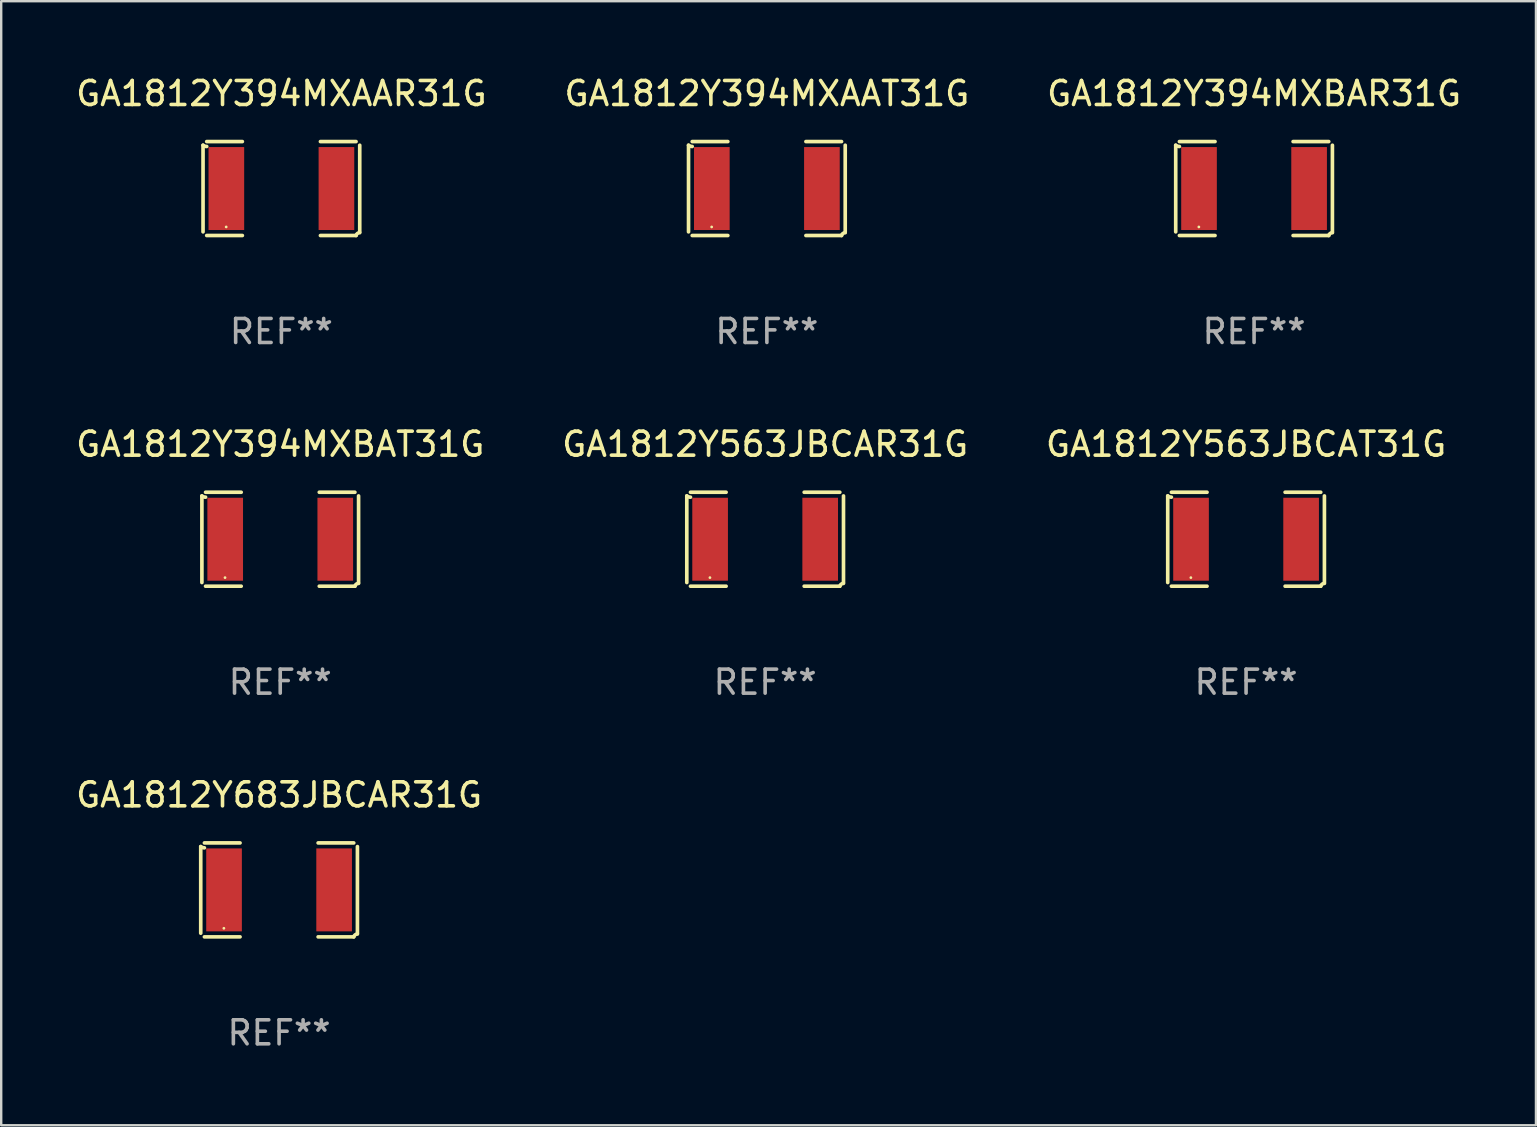
<source format=kicad_pcb>
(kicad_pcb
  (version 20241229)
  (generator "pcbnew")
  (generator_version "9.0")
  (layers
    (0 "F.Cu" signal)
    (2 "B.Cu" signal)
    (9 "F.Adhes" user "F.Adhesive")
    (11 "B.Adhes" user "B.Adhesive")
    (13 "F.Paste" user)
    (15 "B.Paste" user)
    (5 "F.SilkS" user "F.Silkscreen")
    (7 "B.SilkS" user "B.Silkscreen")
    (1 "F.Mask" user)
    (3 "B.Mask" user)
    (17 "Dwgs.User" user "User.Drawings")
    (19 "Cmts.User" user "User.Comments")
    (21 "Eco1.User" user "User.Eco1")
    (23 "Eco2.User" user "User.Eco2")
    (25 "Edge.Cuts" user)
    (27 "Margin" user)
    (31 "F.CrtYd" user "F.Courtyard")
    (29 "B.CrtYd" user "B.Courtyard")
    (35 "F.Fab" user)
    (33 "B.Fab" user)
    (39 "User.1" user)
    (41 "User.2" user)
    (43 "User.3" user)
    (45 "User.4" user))
  (footprint "GA1812Y563JBCAT31G"
    (layer "F.Cu")
    (at 48.863 19.415)
    (property "Reference" "GA1812Y563JBCAT31G" (at 0 -3.957 0) (layer "F.SilkS") (effects (font (size 1 1) (thickness 0.15))))
    (attr through_hole)
    (fp_line (start -3.264 1.804) (end -3.264 -1.804) (stroke (width 0.152) (type solid)) (layer "F.SilkS"))
    (fp_line (start -3.111 -1.957) (end -1.626 -1.957) (stroke (width 0.152) (type solid)) (layer "F.SilkS"))
    (fp_line (start -1.626 1.957) (end -3.111 1.957) (stroke (width 0.152) (type solid)) (layer "F.SilkS"))
    (fp_line (start 1.626 1.957) (end 3.111 1.957) (stroke (width 0.152) (type solid)) (layer "F.SilkS"))
    (fp_line (start 3.111 -1.957) (end 1.626 -1.957) (stroke (width 0.152) (type solid)) (layer "F.SilkS"))
    (fp_line (start 3.264 1.804) (end 3.264 -1.804) (stroke (width 0.152) (type solid)) (layer "F.SilkS"))
    (fp_arc (start -3.111202 -1.752192) (mid -3.191715 -1.76555) (end -3.263602 -1.804191) (stroke (width 0.1524) (type solid)) (layer "F.SilkS"))
    (fp_arc (start 3.111201 1.956591) (mid 3.167789 1.872777) (end 3.263602 1.840424) (stroke (width 0.1524) (type solid)) (layer "F.SilkS"))
    (fp_circle (center -2.3 1.6) (end -2.27 1.6) (stroke (width 0.06) (type solid)) (fill no) (layer "F.SilkS"))
    (fp_text user "REF**" (at 0 5.957 0) (layer "F.Fab") (effects (font (size 1 1) (thickness 0.15))))
    (pad "1" smd rect (at -2.293 0) (size 1.485 3.456) (layers "F.Cu" "F.Mask" "F.Paste"))
    (pad "2" smd rect (at 2.293 0) (size 1.485 3.456) (layers "F.Cu" "F.Mask" "F.Paste")))
  (footprint "GA1812Y394MXAAT31G"
    (layer "F.Cu")
    (at 28.899 4.805)
    (property "Reference" "GA1812Y394MXAAT31G" (at 0 -3.957 0) (layer "F.SilkS") (effects (font (size 1 1) (thickness 0.15))))
    (attr through_hole)
    (fp_line (start -3.264 1.804) (end -3.264 -1.804) (stroke (width 0.152) (type solid)) (layer "F.SilkS"))
    (fp_line (start -3.111 -1.957) (end -1.626 -1.957) (stroke (width 0.152) (type solid)) (layer "F.SilkS"))
    (fp_line (start -1.626 1.957) (end -3.111 1.957) (stroke (width 0.152) (type solid)) (layer "F.SilkS"))
    (fp_line (start 1.626 1.957) (end 3.111 1.957) (stroke (width 0.152) (type solid)) (layer "F.SilkS"))
    (fp_line (start 3.111 -1.957) (end 1.626 -1.957) (stroke (width 0.152) (type solid)) (layer "F.SilkS"))
    (fp_line (start 3.264 1.804) (end 3.264 -1.804) (stroke (width 0.152) (type solid)) (layer "F.SilkS"))
    (fp_arc (start -3.111202 -1.752192) (mid -3.191715 -1.76555) (end -3.263602 -1.804191) (stroke (width 0.1524) (type solid)) (layer "F.SilkS"))
    (fp_arc (start 3.111201 1.956591) (mid 3.167789 1.872777) (end 3.263602 1.840424) (stroke (width 0.1524) (type solid)) (layer "F.SilkS"))
    (fp_circle (center -2.3 1.6) (end -2.27 1.6) (stroke (width 0.06) (type solid)) (fill no) (layer "F.SilkS"))
    (fp_text user "REF**" (at 0 5.957 0) (layer "F.Fab") (effects (font (size 1 1) (thickness 0.15))))
    (pad "1" smd rect (at -2.293 0) (size 1.485 3.456) (layers "F.Cu" "F.Mask" "F.Paste"))
    (pad "2" smd rect (at 2.293 0) (size 1.485 3.456) (layers "F.Cu" "F.Mask" "F.Paste")))
  (footprint "GA1812Y394MXAAR31G"
    (layer "F.Cu")
    (at 8.673 4.805)
    (property "Reference" "GA1812Y394MXAAR31G" (at 0 -3.957 0) (layer "F.SilkS") (effects (font (size 1 1) (thickness 0.15))))
    (attr through_hole)
    (fp_line (start -3.264 1.804) (end -3.264 -1.804) (stroke (width 0.152) (type solid)) (layer "F.SilkS"))
    (fp_line (start -3.111 -1.957) (end -1.626 -1.957) (stroke (width 0.152) (type solid)) (layer "F.SilkS"))
    (fp_line (start -1.626 1.957) (end -3.111 1.957) (stroke (width 0.152) (type solid)) (layer "F.SilkS"))
    (fp_line (start 1.626 1.957) (end 3.111 1.957) (stroke (width 0.152) (type solid)) (layer "F.SilkS"))
    (fp_line (start 3.111 -1.957) (end 1.626 -1.957) (stroke (width 0.152) (type solid)) (layer "F.SilkS"))
    (fp_line (start 3.264 1.804) (end 3.264 -1.804) (stroke (width 0.152) (type solid)) (layer "F.SilkS"))
    (fp_arc (start -3.111202 -1.752192) (mid -3.191715 -1.76555) (end -3.263602 -1.804191) (stroke (width 0.1524) (type solid)) (layer "F.SilkS"))
    (fp_arc (start 3.111201 1.956591) (mid 3.167789 1.872777) (end 3.263602 1.840424) (stroke (width 0.1524) (type solid)) (layer "F.SilkS"))
    (fp_circle (center -2.3 1.6) (end -2.27 1.6) (stroke (width 0.06) (type solid)) (fill no) (layer "F.SilkS"))
    (fp_text user "REF**" (at 0 5.957 0) (layer "F.Fab") (effects (font (size 1 1) (thickness 0.15))))
    (pad "1" smd rect (at -2.293 0) (size 1.485 3.456) (layers "F.Cu" "F.Mask" "F.Paste"))
    (pad "2" smd rect (at 2.293 0) (size 1.485 3.456) (layers "F.Cu" "F.Mask" "F.Paste")))
  (footprint "GA1812Y394MXBAT31G"
    (layer "F.Cu")
    (at 8.625 19.415)
    (property "Reference" "GA1812Y394MXBAT31G" (at 0 -3.957 0) (layer "F.SilkS") (effects (font (size 1 1) (thickness 0.15))))
    (attr through_hole)
    (fp_line (start -3.264 1.804) (end -3.264 -1.804) (stroke (width 0.152) (type solid)) (layer "F.SilkS"))
    (fp_line (start -3.111 -1.957) (end -1.626 -1.957) (stroke (width 0.152) (type solid)) (layer "F.SilkS"))
    (fp_line (start -1.626 1.957) (end -3.111 1.957) (stroke (width 0.152) (type solid)) (layer "F.SilkS"))
    (fp_line (start 1.626 1.957) (end 3.111 1.957) (stroke (width 0.152) (type solid)) (layer "F.SilkS"))
    (fp_line (start 3.111 -1.957) (end 1.626 -1.957) (stroke (width 0.152) (type solid)) (layer "F.SilkS"))
    (fp_line (start 3.264 1.804) (end 3.264 -1.804) (stroke (width 0.152) (type solid)) (layer "F.SilkS"))
    (fp_arc (start -3.111202 -1.752192) (mid -3.191715 -1.76555) (end -3.263602 -1.804191) (stroke (width 0.1524) (type solid)) (layer "F.SilkS"))
    (fp_arc (start 3.111201 1.956591) (mid 3.167789 1.872777) (end 3.263602 1.840424) (stroke (width 0.1524) (type solid)) (layer "F.SilkS"))
    (fp_circle (center -2.3 1.6) (end -2.27 1.6) (stroke (width 0.06) (type solid)) (fill no) (layer "F.SilkS"))
    (fp_text user "REF**" (at 0 5.957 0) (layer "F.Fab") (effects (font (size 1 1) (thickness 0.15))))
    (pad "1" smd rect (at -2.293 0) (size 1.485 3.456) (layers "F.Cu" "F.Mask" "F.Paste"))
    (pad "2" smd rect (at 2.293 0) (size 1.485 3.456) (layers "F.Cu" "F.Mask" "F.Paste")))
  (footprint "GA1812Y394MXBAR31G"
    (layer "F.Cu")
    (at 49.196 4.805)
    (property "Reference" "GA1812Y394MXBAR31G" (at 0 -3.957 0) (layer "F.SilkS") (effects (font (size 1 1) (thickness 0.15))))
    (attr through_hole)
    (fp_line (start -3.264 1.804) (end -3.264 -1.804) (stroke (width 0.152) (type solid)) (layer "F.SilkS"))
    (fp_line (start -3.111 -1.957) (end -1.626 -1.957) (stroke (width 0.152) (type solid)) (layer "F.SilkS"))
    (fp_line (start -1.626 1.957) (end -3.111 1.957) (stroke (width 0.152) (type solid)) (layer "F.SilkS"))
    (fp_line (start 1.626 1.957) (end 3.111 1.957) (stroke (width 0.152) (type solid)) (layer "F.SilkS"))
    (fp_line (start 3.111 -1.957) (end 1.626 -1.957) (stroke (width 0.152) (type solid)) (layer "F.SilkS"))
    (fp_line (start 3.264 1.804) (end 3.264 -1.804) (stroke (width 0.152) (type solid)) (layer "F.SilkS"))
    (fp_arc (start -3.111202 -1.752192) (mid -3.191715 -1.76555) (end -3.263602 -1.804191) (stroke (width 0.1524) (type solid)) (layer "F.SilkS"))
    (fp_arc (start 3.111201 1.956591) (mid 3.167789 1.872777) (end 3.263602 1.840424) (stroke (width 0.1524) (type solid)) (layer "F.SilkS"))
    (fp_circle (center -2.3 1.6) (end -2.27 1.6) (stroke (width 0.06) (type solid)) (fill no) (layer "F.SilkS"))
    (fp_text user "REF**" (at 0 5.957 0) (layer "F.Fab") (effects (font (size 1 1) (thickness 0.15))))
    (pad "1" smd rect (at -2.293 0) (size 1.485 3.456) (layers "F.Cu" "F.Mask" "F.Paste"))
    (pad "2" smd rect (at 2.293 0) (size 1.485 3.456) (layers "F.Cu" "F.Mask" "F.Paste")))
  (footprint "GA1812Y683JBCAR31G"
    (layer "F.Cu")
    (at 8.577 34.024)
    (property "Reference" "GA1812Y683JBCAR31G" (at 0 -3.957 0) (layer "F.SilkS") (effects (font (size 1 1) (thickness 0.15))))
    (attr through_hole)
    (fp_line (start -3.264 1.804) (end -3.264 -1.804) (stroke (width 0.152) (type solid)) (layer "F.SilkS"))
    (fp_line (start -3.111 -1.957) (end -1.626 -1.957) (stroke (width 0.152) (type solid)) (layer "F.SilkS"))
    (fp_line (start -1.626 1.957) (end -3.111 1.957) (stroke (width 0.152) (type solid)) (layer "F.SilkS"))
    (fp_line (start 1.626 1.957) (end 3.111 1.957) (stroke (width 0.152) (type solid)) (layer "F.SilkS"))
    (fp_line (start 3.111 -1.957) (end 1.626 -1.957) (stroke (width 0.152) (type solid)) (layer "F.SilkS"))
    (fp_line (start 3.264 1.804) (end 3.264 -1.804) (stroke (width 0.152) (type solid)) (layer "F.SilkS"))
    (fp_arc (start -3.111202 -1.752192) (mid -3.191715 -1.76555) (end -3.263602 -1.804191) (stroke (width 0.1524) (type solid)) (layer "F.SilkS"))
    (fp_arc (start 3.111201 1.956591) (mid 3.167789 1.872777) (end 3.263602 1.840424) (stroke (width 0.1524) (type solid)) (layer "F.SilkS"))
    (fp_circle (center -2.3 1.6) (end -2.27 1.6) (stroke (width 0.06) (type solid)) (fill no) (layer "F.SilkS"))
    (fp_text user "REF**" (at 0 5.957 0) (layer "F.Fab") (effects (font (size 1 1) (thickness 0.15))))
    (pad "1" smd rect (at -2.293 0) (size 1.485 3.456) (layers "F.Cu" "F.Mask" "F.Paste"))
    (pad "2" smd rect (at 2.293 0) (size 1.485 3.456) (layers "F.Cu" "F.Mask" "F.Paste")))
  (footprint "GA1812Y563JBCAR31G"
    (layer "F.Cu")
    (at 28.827 19.415)
    (property "Reference" "GA1812Y563JBCAR31G" (at 0 -3.957 0) (layer "F.SilkS") (effects (font (size 1 1) (thickness 0.15))))
    (attr through_hole)
    (fp_line (start -3.264 1.804) (end -3.264 -1.804) (stroke (width 0.152) (type solid)) (layer "F.SilkS"))
    (fp_line (start -3.111 -1.957) (end -1.626 -1.957) (stroke (width 0.152) (type solid)) (layer "F.SilkS"))
    (fp_line (start -1.626 1.957) (end -3.111 1.957) (stroke (width 0.152) (type solid)) (layer "F.SilkS"))
    (fp_line (start 1.626 1.957) (end 3.111 1.957) (stroke (width 0.152) (type solid)) (layer "F.SilkS"))
    (fp_line (start 3.111 -1.957) (end 1.626 -1.957) (stroke (width 0.152) (type solid)) (layer "F.SilkS"))
    (fp_line (start 3.264 1.804) (end 3.264 -1.804) (stroke (width 0.152) (type solid)) (layer "F.SilkS"))
    (fp_arc (start -3.111202 -1.752192) (mid -3.191715 -1.76555) (end -3.263602 -1.804191) (stroke (width 0.1524) (type solid)) (layer "F.SilkS"))
    (fp_arc (start 3.111201 1.956591) (mid 3.167789 1.872777) (end 3.263602 1.840424) (stroke (width 0.1524) (type solid)) (layer "F.SilkS"))
    (fp_circle (center -2.3 1.6) (end -2.27 1.6) (stroke (width 0.06) (type solid)) (fill no) (layer "F.SilkS"))
    (fp_text user "REF**" (at 0 5.957 0) (layer "F.Fab") (effects (font (size 1 1) (thickness 0.15))))
    (pad "1" smd rect (at -2.293 0) (size 1.485 3.456) (layers "F.Cu" "F.Mask" "F.Paste"))
    (pad "2" smd rect (at 2.293 0) (size 1.485 3.456) (layers "F.Cu" "F.Mask" "F.Paste")))
  (gr_rect
    (start -3 -3)
    (end 60.94 43.829)
    (stroke (width 0.1) (type default))
    (fill no)
    (layer "Edge.Cuts")))
</source>
